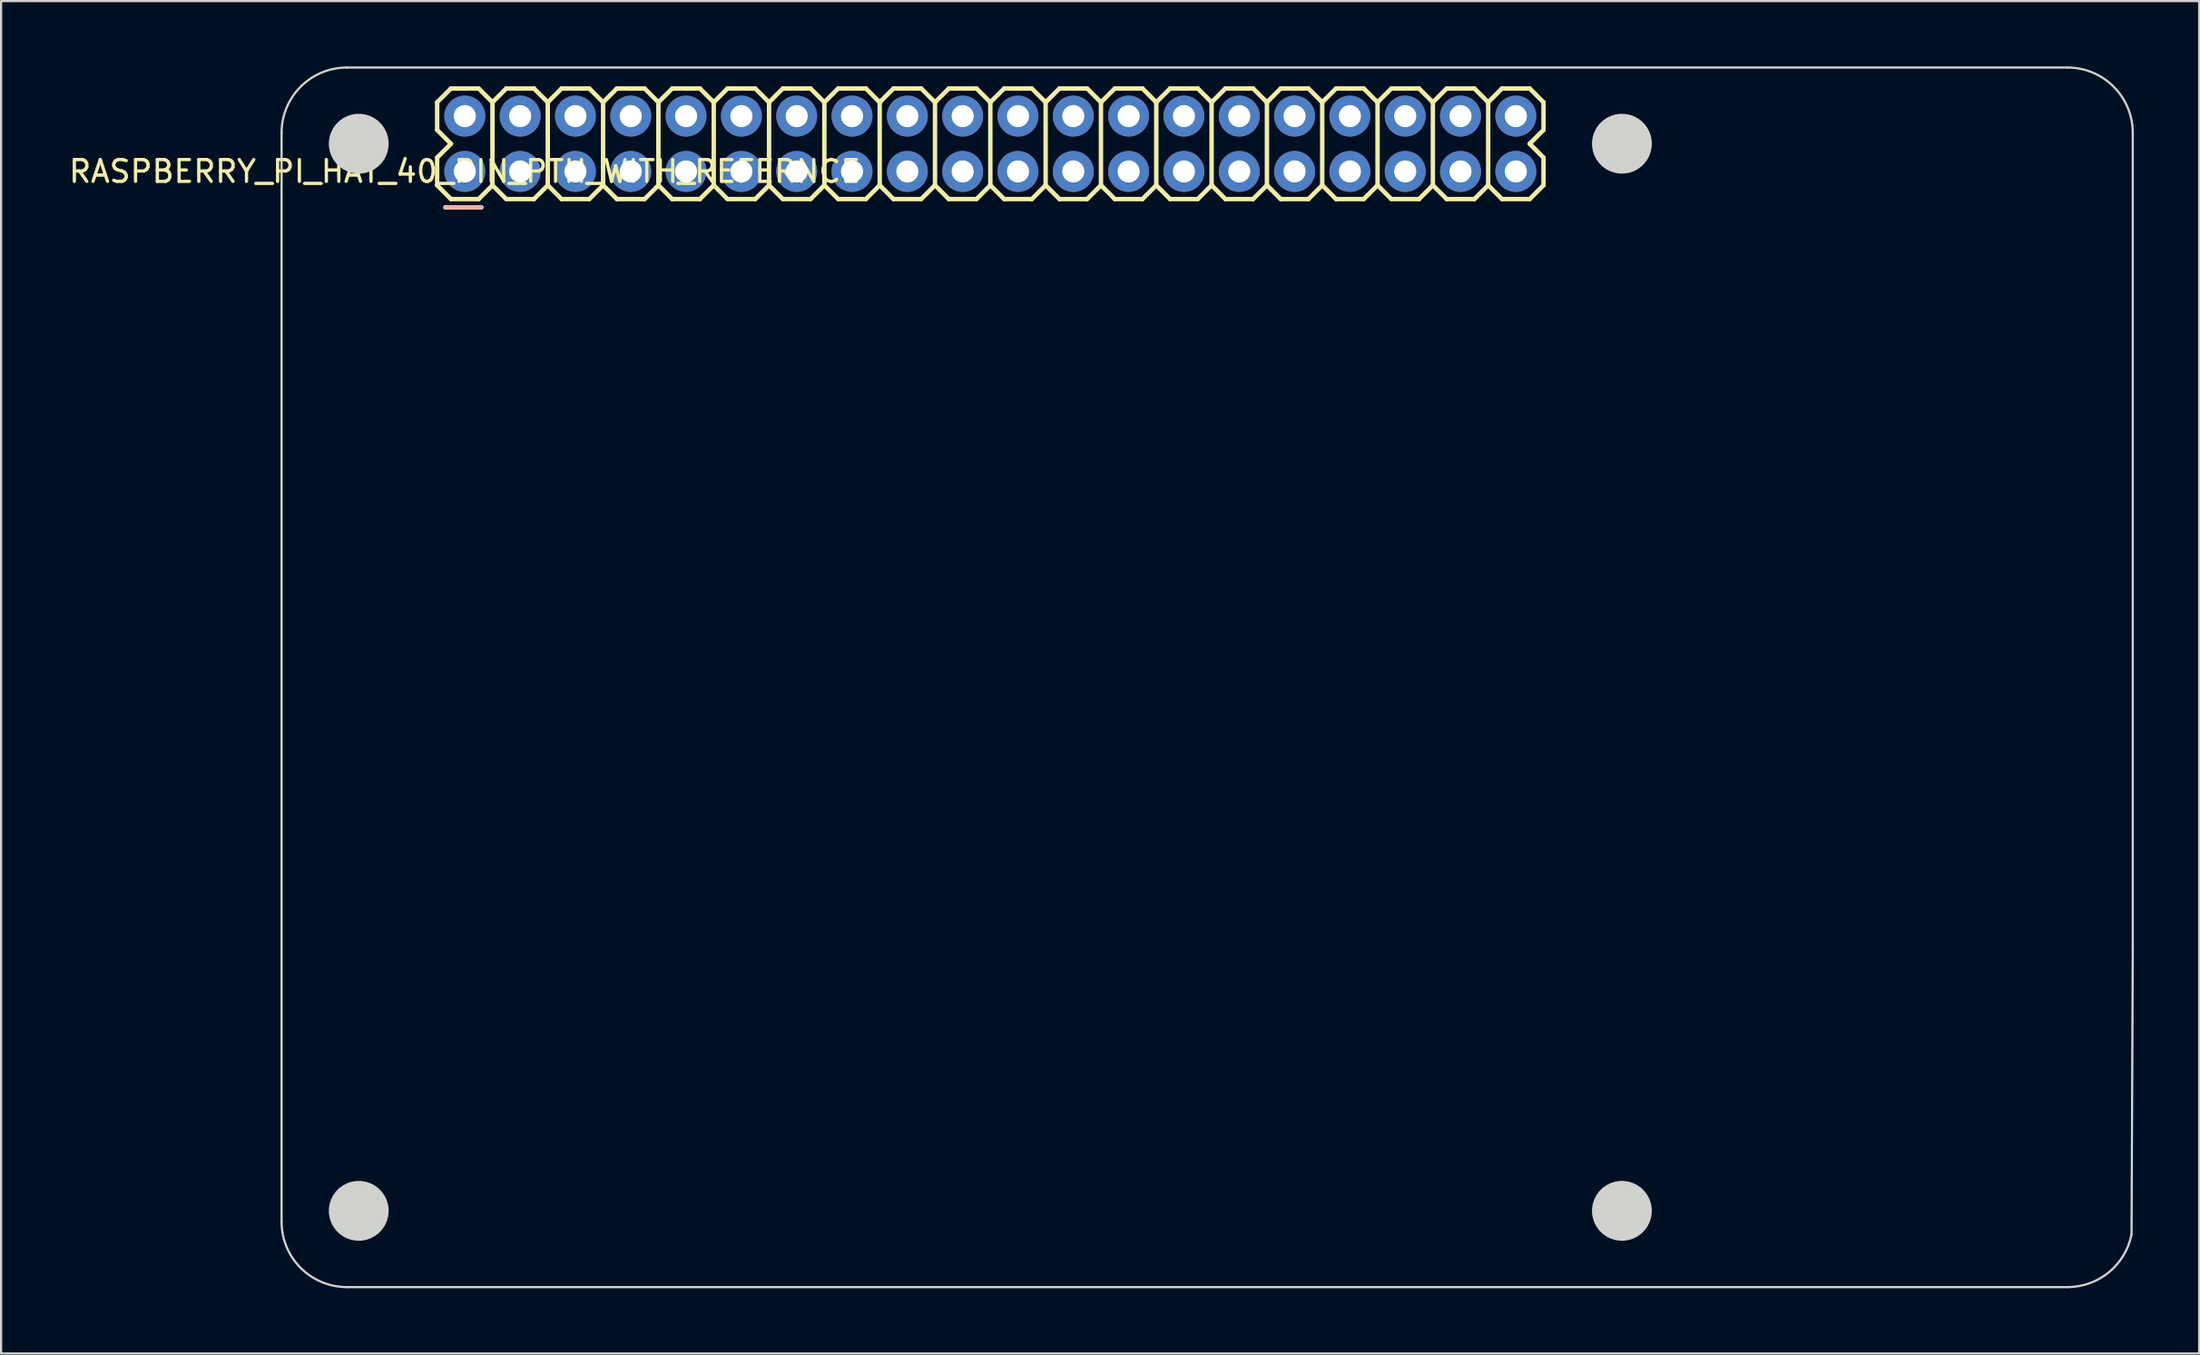
<source format=kicad_pcb>
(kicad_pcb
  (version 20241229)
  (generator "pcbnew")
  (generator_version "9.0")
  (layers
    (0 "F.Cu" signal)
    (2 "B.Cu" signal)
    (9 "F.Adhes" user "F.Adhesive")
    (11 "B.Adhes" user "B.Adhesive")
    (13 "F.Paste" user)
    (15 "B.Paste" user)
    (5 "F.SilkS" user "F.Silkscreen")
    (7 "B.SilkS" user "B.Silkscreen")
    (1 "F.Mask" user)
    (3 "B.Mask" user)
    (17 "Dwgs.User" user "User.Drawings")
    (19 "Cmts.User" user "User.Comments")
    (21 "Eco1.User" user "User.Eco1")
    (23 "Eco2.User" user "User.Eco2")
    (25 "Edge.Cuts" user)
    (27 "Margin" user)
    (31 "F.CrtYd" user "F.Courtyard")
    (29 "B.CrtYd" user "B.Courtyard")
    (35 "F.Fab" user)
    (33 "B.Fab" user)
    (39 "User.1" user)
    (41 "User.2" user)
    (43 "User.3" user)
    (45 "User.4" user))
  (footprint "RASPBERRY_PI_HAT_40_PIN_PTH_WITH_REFERNCE"
    (layer "F.Cu")
    (at 18.292 4.822)
    (property "Reference" "RASPBERRY_PI_HAT_40_PIN_PTH_WITH_REFERNCE" (at 0 0 0) (layer "F.SilkS") (effects (font (size 1 1) (thickness 0.15))))
    (fp_line (start -1.27 -3.175) (end -1.27 -1.905) (stroke (width 0.203) (type default)) (layer "F.SilkS"))
    (fp_line (start -1.27 -3.175) (end -0.635 -3.81) (stroke (width 0.203) (type default)) (layer "F.SilkS"))
    (fp_line (start -1.27 -1.905) (end -0.635 -1.27) (stroke (width 0.203) (type default)) (layer "F.SilkS"))
    (fp_line (start -1.27 -0.635) (end -1.27 0.635) (stroke (width 0.203) (type default)) (layer "F.SilkS"))
    (fp_line (start -1.27 0.635) (end -0.635 1.27) (stroke (width 0.203) (type default)) (layer "F.SilkS"))
    (fp_line (start -0.889 1.651) (end 0.762 1.651) (stroke (width 0.203) (type default)) (layer "F.SilkS"))
    (fp_line (start -0.635 -3.81) (end 0.635 -3.81) (stroke (width 0.203) (type default)) (layer "F.SilkS"))
    (fp_line (start -0.635 -1.27) (end -1.27 -0.635) (stroke (width 0.203) (type default)) (layer "F.SilkS"))
    (fp_line (start 0.635 -3.81) (end 1.27 -3.175) (stroke (width 0.203) (type default)) (layer "F.SilkS"))
    (fp_line (start 0.635 1.27) (end -0.635 1.27) (stroke (width 0.203) (type default)) (layer "F.SilkS"))
    (fp_line (start 1.27 -3.175) (end 1.27 0.635) (stroke (width 0.203) (type default)) (layer "F.SilkS"))
    (fp_line (start 1.27 -3.175) (end 1.905 -3.81) (stroke (width 0.203) (type default)) (layer "F.SilkS"))
    (fp_line (start 1.27 0.635) (end 0.635 1.27) (stroke (width 0.203) (type default)) (layer "F.SilkS"))
    (fp_line (start 1.905 -3.81) (end 3.175 -3.81) (stroke (width 0.203) (type default)) (layer "F.SilkS"))
    (fp_line (start 1.905 1.27) (end 1.27 0.635) (stroke (width 0.203) (type default)) (layer "F.SilkS"))
    (fp_line (start 3.175 -3.81) (end 3.81 -3.175) (stroke (width 0.203) (type default)) (layer "F.SilkS"))
    (fp_line (start 3.175 1.27) (end 1.905 1.27) (stroke (width 0.203) (type default)) (layer "F.SilkS"))
    (fp_line (start 3.81 -3.175) (end 3.81 0.635) (stroke (width 0.203) (type default)) (layer "F.SilkS"))
    (fp_line (start 3.81 -3.175) (end 4.445 -3.81) (stroke (width 0.203) (type default)) (layer "F.SilkS"))
    (fp_line (start 3.81 0.635) (end 3.175 1.27) (stroke (width 0.203) (type default)) (layer "F.SilkS"))
    (fp_line (start 4.445 -3.81) (end 5.715 -3.81) (stroke (width 0.203) (type default)) (layer "F.SilkS"))
    (fp_line (start 4.445 1.27) (end 3.81 0.635) (stroke (width 0.203) (type default)) (layer "F.SilkS"))
    (fp_line (start 5.715 -3.81) (end 6.35 -3.175) (stroke (width 0.203) (type default)) (layer "F.SilkS"))
    (fp_line (start 5.715 1.27) (end 4.445 1.27) (stroke (width 0.203) (type default)) (layer "F.SilkS"))
    (fp_line (start 6.35 -3.175) (end 6.35 0.635) (stroke (width 0.203) (type default)) (layer "F.SilkS"))
    (fp_line (start 6.35 0.635) (end 5.715 1.27) (stroke (width 0.203) (type default)) (layer "F.SilkS"))
    (fp_line (start 6.35 0.635) (end 6.985 1.27) (stroke (width 0.203) (type default)) (layer "F.SilkS"))
    (fp_line (start 6.985 -3.81) (end 6.35 -3.175) (stroke (width 0.203) (type default)) (layer "F.SilkS"))
    (fp_line (start 6.985 -3.81) (end 8.255 -3.81) (stroke (width 0.203) (type default)) (layer "F.SilkS"))
    (fp_line (start 8.255 -3.81) (end 8.89 -3.175) (stroke (width 0.203) (type default)) (layer "F.SilkS"))
    (fp_line (start 8.255 1.27) (end 6.985 1.27) (stroke (width 0.203) (type default)) (layer "F.SilkS"))
    (fp_line (start 8.89 -3.175) (end 8.89 0.635) (stroke (width 0.203) (type default)) (layer "F.SilkS"))
    (fp_line (start 8.89 -3.175) (end 9.525 -3.81) (stroke (width 0.203) (type default)) (layer "F.SilkS"))
    (fp_line (start 8.89 0.635) (end 8.255 1.27) (stroke (width 0.203) (type default)) (layer "F.SilkS"))
    (fp_line (start 9.525 -3.81) (end 10.795 -3.81) (stroke (width 0.203) (type default)) (layer "F.SilkS"))
    (fp_line (start 9.525 1.27) (end 8.89 0.635) (stroke (width 0.203) (type default)) (layer "F.SilkS"))
    (fp_line (start 10.795 -3.81) (end 11.43 -3.175) (stroke (width 0.203) (type default)) (layer "F.SilkS"))
    (fp_line (start 10.795 1.27) (end 9.525 1.27) (stroke (width 0.203) (type default)) (layer "F.SilkS"))
    (fp_line (start 11.43 -3.175) (end 11.43 0.635) (stroke (width 0.203) (type default)) (layer "F.SilkS"))
    (fp_line (start 11.43 -3.175) (end 12.065 -3.81) (stroke (width 0.203) (type default)) (layer "F.SilkS"))
    (fp_line (start 11.43 0.635) (end 10.795 1.27) (stroke (width 0.203) (type default)) (layer "F.SilkS"))
    (fp_line (start 12.065 -3.81) (end 13.335 -3.81) (stroke (width 0.203) (type default)) (layer "F.SilkS"))
    (fp_line (start 12.065 1.27) (end 11.43 0.635) (stroke (width 0.203) (type default)) (layer "F.SilkS"))
    (fp_line (start 13.335 -3.81) (end 13.97 -3.175) (stroke (width 0.203) (type default)) (layer "F.SilkS"))
    (fp_line (start 13.335 1.27) (end 12.065 1.27) (stroke (width 0.203) (type default)) (layer "F.SilkS"))
    (fp_line (start 13.97 -3.175) (end 13.97 0.635) (stroke (width 0.203) (type default)) (layer "F.SilkS"))
    (fp_line (start 13.97 0.635) (end 13.335 1.27) (stroke (width 0.203) (type default)) (layer "F.SilkS"))
    (fp_line (start 13.97 0.635) (end 14.605 1.27) (stroke (width 0.203) (type default)) (layer "F.SilkS"))
    (fp_line (start 14.605 -3.81) (end 13.97 -3.175) (stroke (width 0.203) (type default)) (layer "F.SilkS"))
    (fp_line (start 14.605 -3.81) (end 15.875 -3.81) (stroke (width 0.203) (type default)) (layer "F.SilkS"))
    (fp_line (start 15.875 -3.81) (end 16.51 -3.175) (stroke (width 0.203) (type default)) (layer "F.SilkS"))
    (fp_line (start 15.875 1.27) (end 14.605 1.27) (stroke (width 0.203) (type default)) (layer "F.SilkS"))
    (fp_line (start 16.51 -3.175) (end 16.51 0.635) (stroke (width 0.203) (type default)) (layer "F.SilkS"))
    (fp_line (start 16.51 0.635) (end 15.875 1.27) (stroke (width 0.203) (type default)) (layer "F.SilkS"))
    (fp_line (start 16.51 0.635) (end 17.145 1.27) (stroke (width 0.203) (type default)) (layer "F.SilkS"))
    (fp_line (start 17.145 -3.81) (end 16.51 -3.175) (stroke (width 0.203) (type default)) (layer "F.SilkS"))
    (fp_line (start 17.145 -3.81) (end 18.415 -3.81) (stroke (width 0.203) (type default)) (layer "F.SilkS"))
    (fp_line (start 18.415 -3.81) (end 19.05 -3.175) (stroke (width 0.203) (type default)) (layer "F.SilkS"))
    (fp_line (start 18.415 1.27) (end 17.145 1.27) (stroke (width 0.203) (type default)) (layer "F.SilkS"))
    (fp_line (start 19.05 -3.175) (end 19.05 0.635) (stroke (width 0.203) (type default)) (layer "F.SilkS"))
    (fp_line (start 19.05 -3.175) (end 19.685 -3.81) (stroke (width 0.203) (type default)) (layer "F.SilkS"))
    (fp_line (start 19.05 0.635) (end 18.415 1.27) (stroke (width 0.203) (type default)) (layer "F.SilkS"))
    (fp_line (start 19.685 -3.81) (end 20.955 -3.81) (stroke (width 0.203) (type default)) (layer "F.SilkS"))
    (fp_line (start 19.685 1.27) (end 19.05 0.635) (stroke (width 0.203) (type default)) (layer "F.SilkS"))
    (fp_line (start 20.955 -3.81) (end 21.59 -3.175) (stroke (width 0.203) (type default)) (layer "F.SilkS"))
    (fp_line (start 20.955 1.27) (end 19.685 1.27) (stroke (width 0.203) (type default)) (layer "F.SilkS"))
    (fp_line (start 21.59 -3.175) (end 21.59 0.635) (stroke (width 0.203) (type default)) (layer "F.SilkS"))
    (fp_line (start 21.59 -3.175) (end 22.225 -3.81) (stroke (width 0.203) (type default)) (layer "F.SilkS"))
    (fp_line (start 21.59 0.635) (end 20.955 1.27) (stroke (width 0.203) (type default)) (layer "F.SilkS"))
    (fp_line (start 22.225 -3.81) (end 23.495 -3.81) (stroke (width 0.203) (type default)) (layer "F.SilkS"))
    (fp_line (start 22.225 1.27) (end 21.59 0.635) (stroke (width 0.203) (type default)) (layer "F.SilkS"))
    (fp_line (start 23.495 -3.81) (end 24.13 -3.175) (stroke (width 0.203) (type default)) (layer "F.SilkS"))
    (fp_line (start 23.495 1.27) (end 22.225 1.27) (stroke (width 0.203) (type default)) (layer "F.SilkS"))
    (fp_line (start 24.13 -3.175) (end 24.13 0.635) (stroke (width 0.203) (type default)) (layer "F.SilkS"))
    (fp_line (start 24.13 0.635) (end 23.495 1.27) (stroke (width 0.203) (type default)) (layer "F.SilkS"))
    (fp_line (start 24.13 0.635) (end 24.765 1.27) (stroke (width 0.203) (type default)) (layer "F.SilkS"))
    (fp_line (start 24.765 -3.81) (end 24.13 -3.175) (stroke (width 0.203) (type default)) (layer "F.SilkS"))
    (fp_line (start 24.765 -3.81) (end 26.035 -3.81) (stroke (width 0.203) (type default)) (layer "F.SilkS"))
    (fp_line (start 26.035 -3.81) (end 26.67 -3.175) (stroke (width 0.203) (type default)) (layer "F.SilkS"))
    (fp_line (start 26.035 1.27) (end 24.765 1.27) (stroke (width 0.203) (type default)) (layer "F.SilkS"))
    (fp_line (start 26.67 -3.175) (end 26.67 0.635) (stroke (width 0.203) (type default)) (layer "F.SilkS"))
    (fp_line (start 26.67 -3.175) (end 27.305 -3.81) (stroke (width 0.203) (type default)) (layer "F.SilkS"))
    (fp_line (start 26.67 0.635) (end 26.035 1.27) (stroke (width 0.203) (type default)) (layer "F.SilkS"))
    (fp_line (start 27.305 -3.81) (end 28.575 -3.81) (stroke (width 0.203) (type default)) (layer "F.SilkS"))
    (fp_line (start 27.305 1.27) (end 26.67 0.635) (stroke (width 0.203) (type default)) (layer "F.SilkS"))
    (fp_line (start 28.575 -3.81) (end 29.21 -3.175) (stroke (width 0.203) (type default)) (layer "F.SilkS"))
    (fp_line (start 28.575 1.27) (end 27.305 1.27) (stroke (width 0.203) (type default)) (layer "F.SilkS"))
    (fp_line (start 29.21 -3.175) (end 29.21 0.635) (stroke (width 0.203) (type default)) (layer "F.SilkS"))
    (fp_line (start 29.21 -3.175) (end 29.845 -3.81) (stroke (width 0.203) (type default)) (layer "F.SilkS"))
    (fp_line (start 29.21 0.635) (end 28.575 1.27) (stroke (width 0.203) (type default)) (layer "F.SilkS"))
    (fp_line (start 29.845 -3.81) (end 31.115 -3.81) (stroke (width 0.203) (type default)) (layer "F.SilkS"))
    (fp_line (start 29.845 1.27) (end 29.21 0.635) (stroke (width 0.203) (type default)) (layer "F.SilkS"))
    (fp_line (start 31.115 -3.81) (end 31.75 -3.175) (stroke (width 0.203) (type default)) (layer "F.SilkS"))
    (fp_line (start 31.115 1.27) (end 29.845 1.27) (stroke (width 0.203) (type default)) (layer "F.SilkS"))
    (fp_line (start 31.75 -3.175) (end 31.75 0.635) (stroke (width 0.203) (type default)) (layer "F.SilkS"))
    (fp_line (start 31.75 0.635) (end 31.115 1.27) (stroke (width 0.203) (type default)) (layer "F.SilkS"))
    (fp_line (start 32.385 -3.81) (end 31.75 -3.175) (stroke (width 0.203) (type default)) (layer "F.SilkS"))
    (fp_line (start 32.385 -3.81) (end 33.655 -3.81) (stroke (width 0.203) (type default)) (layer "F.SilkS"))
    (fp_line (start 32.385 1.27) (end 31.75 0.635) (stroke (width 0.203) (type default)) (layer "F.SilkS"))
    (fp_line (start 33.655 -3.81) (end 34.29 -3.175) (stroke (width 0.203) (type default)) (layer "F.SilkS"))
    (fp_line (start 33.655 1.27) (end 32.385 1.27) (stroke (width 0.203) (type default)) (layer "F.SilkS"))
    (fp_line (start 34.29 -3.175) (end 34.29 0.635) (stroke (width 0.203) (type default)) (layer "F.SilkS"))
    (fp_line (start 34.29 0.635) (end 33.655 1.27) (stroke (width 0.203) (type default)) (layer "F.SilkS"))
    (fp_line (start 34.925 -3.81) (end 34.29 -3.175) (stroke (width 0.203) (type default)) (layer "F.SilkS"))
    (fp_line (start 34.925 -3.81) (end 36.195 -3.81) (stroke (width 0.203) (type default)) (layer "F.SilkS"))
    (fp_line (start 34.925 1.27) (end 34.29 0.635) (stroke (width 0.203) (type default)) (layer "F.SilkS"))
    (fp_line (start 36.195 -3.81) (end 36.83 -3.175) (stroke (width 0.203) (type default)) (layer "F.SilkS"))
    (fp_line (start 36.195 1.27) (end 34.925 1.27) (stroke (width 0.203) (type default)) (layer "F.SilkS"))
    (fp_line (start 36.83 -3.175) (end 36.83 0.635) (stroke (width 0.203) (type default)) (layer "F.SilkS"))
    (fp_line (start 36.83 -3.175) (end 37.465 -3.81) (stroke (width 0.203) (type default)) (layer "F.SilkS"))
    (fp_line (start 36.83 0.635) (end 36.195 1.27) (stroke (width 0.203) (type default)) (layer "F.SilkS"))
    (fp_line (start 37.465 -3.81) (end 38.735 -3.81) (stroke (width 0.203) (type default)) (layer "F.SilkS"))
    (fp_line (start 37.465 1.27) (end 36.83 0.635) (stroke (width 0.203) (type default)) (layer "F.SilkS"))
    (fp_line (start 38.735 -3.81) (end 39.37 -3.175) (stroke (width 0.203) (type default)) (layer "F.SilkS"))
    (fp_line (start 38.735 1.27) (end 37.465 1.27) (stroke (width 0.203) (type default)) (layer "F.SilkS"))
    (fp_line (start 38.735 1.27) (end 39.37 0.635) (stroke (width 0.203) (type default)) (layer "F.SilkS"))
    (fp_line (start 39.37 -3.175) (end 39.37 0.635) (stroke (width 0.203) (type default)) (layer "F.SilkS"))
    (fp_line (start 39.37 -3.175) (end 40.005 -3.81) (stroke (width 0.203) (type default)) (layer "F.SilkS"))
    (fp_line (start 40.005 -3.81) (end 41.275 -3.81) (stroke (width 0.203) (type default)) (layer "F.SilkS"))
    (fp_line (start 40.005 1.27) (end 39.37 0.635) (stroke (width 0.203) (type default)) (layer "F.SilkS"))
    (fp_line (start 41.275 -3.81) (end 41.91 -3.175) (stroke (width 0.203) (type default)) (layer "F.SilkS"))
    (fp_line (start 41.275 1.27) (end 40.005 1.27) (stroke (width 0.203) (type default)) (layer "F.SilkS"))
    (fp_line (start 41.91 -3.175) (end 41.91 0.635) (stroke (width 0.203) (type default)) (layer "F.SilkS"))
    (fp_line (start 41.91 0.635) (end 41.275 1.27) (stroke (width 0.203) (type default)) (layer "F.SilkS"))
    (fp_line (start 42.545 -3.81) (end 41.91 -3.175) (stroke (width 0.203) (type default)) (layer "F.SilkS"))
    (fp_line (start 42.545 -3.81) (end 43.815 -3.81) (stroke (width 0.203) (type default)) (layer "F.SilkS"))
    (fp_line (start 42.545 1.27) (end 41.91 0.635) (stroke (width 0.203) (type default)) (layer "F.SilkS"))
    (fp_line (start 43.815 -3.81) (end 44.45 -3.175) (stroke (width 0.203) (type default)) (layer "F.SilkS"))
    (fp_line (start 43.815 1.27) (end 42.545 1.27) (stroke (width 0.203) (type default)) (layer "F.SilkS"))
    (fp_line (start 44.45 -3.175) (end 44.45 0.635) (stroke (width 0.203) (type default)) (layer "F.SilkS"))
    (fp_line (start 44.45 -3.175) (end 45.085 -3.81) (stroke (width 0.203) (type default)) (layer "F.SilkS"))
    (fp_line (start 44.45 0.635) (end 43.815 1.27) (stroke (width 0.203) (type default)) (layer "F.SilkS"))
    (fp_line (start 45.085 -3.81) (end 46.355 -3.81) (stroke (width 0.203) (type default)) (layer "F.SilkS"))
    (fp_line (start 45.085 1.27) (end 44.45 0.635) (stroke (width 0.203) (type default)) (layer "F.SilkS"))
    (fp_line (start 46.355 -3.81) (end 46.99 -3.175) (stroke (width 0.203) (type default)) (layer "F.SilkS"))
    (fp_line (start 46.355 1.27) (end 45.085 1.27) (stroke (width 0.203) (type default)) (layer "F.SilkS"))
    (fp_line (start 46.355 1.27) (end 46.99 0.635) (stroke (width 0.203) (type default)) (layer "F.SilkS"))
    (fp_line (start 46.99 -3.175) (end 46.99 0.635) (stroke (width 0.203) (type default)) (layer "F.SilkS"))
    (fp_line (start 46.99 -3.175) (end 47.625 -3.81) (stroke (width 0.203) (type default)) (layer "F.SilkS"))
    (fp_line (start 47.625 -3.81) (end 48.895 -3.81) (stroke (width 0.203) (type default)) (layer "F.SilkS"))
    (fp_line (start 47.625 1.27) (end 46.99 0.635) (stroke (width 0.203) (type default)) (layer "F.SilkS"))
    (fp_line (start 48.895 -3.81) (end 49.53 -3.175) (stroke (width 0.203) (type default)) (layer "F.SilkS"))
    (fp_line (start 48.895 -1.27) (end 49.53 -0.635) (stroke (width 0.203) (type default)) (layer "F.SilkS"))
    (fp_line (start 48.895 1.27) (end 47.625 1.27) (stroke (width 0.203) (type default)) (layer "F.SilkS"))
    (fp_line (start 48.895 1.27) (end 49.53 0.635) (stroke (width 0.203) (type default)) (layer "F.SilkS"))
    (fp_line (start 49.53 -1.905) (end 48.895 -1.27) (stroke (width 0.203) (type default)) (layer "F.SilkS"))
    (fp_line (start 49.53 -1.905) (end 49.53 -3.175) (stroke (width 0.203) (type default)) (layer "F.SilkS"))
    (fp_line (start 49.53 0.635) (end 49.53 -0.635) (stroke (width 0.203) (type default)) (layer "F.SilkS"))
    (fp_line (start -0.889 1.651) (end 0.762 1.651) (stroke (width 0.203) (type default)) (layer "B.SilkS"))
    (fp_poly (pts (xy -0.254 -2.794) (xy 0.254 -2.794) (xy 0.254 -2.286) (xy -0.254 -2.286)) (stroke (width 0.1) (type default)) (fill no) (layer "Dwgs.User"))
    (fp_poly (pts (xy -0.254 -0.254) (xy 0.254 -0.254) (xy 0.254 0.254) (xy -0.254 0.254)) (stroke (width 0.1) (type default)) (fill no) (layer "Dwgs.User"))
    (fp_poly (pts (xy 2.286 -2.794) (xy 2.794 -2.794) (xy 2.794 -2.286) (xy 2.286 -2.286)) (stroke (width 0.1) (type default)) (fill no) (layer "Dwgs.User"))
    (fp_poly (pts (xy 2.286 -0.254) (xy 2.794 -0.254) (xy 2.794 0.254) (xy 2.286 0.254)) (stroke (width 0.1) (type default)) (fill no) (layer "Dwgs.User"))
    (fp_poly (pts (xy 4.826 -2.794) (xy 5.334 -2.794) (xy 5.334 -2.286) (xy 4.826 -2.286)) (stroke (width 0.1) (type default)) (fill no) (layer "Dwgs.User"))
    (fp_poly (pts (xy 4.826 -0.254) (xy 5.334 -0.254) (xy 5.334 0.254) (xy 4.826 0.254)) (stroke (width 0.1) (type default)) (fill no) (layer "Dwgs.User"))
    (fp_poly (pts (xy 7.366 -2.794) (xy 7.874 -2.794) (xy 7.874 -2.286) (xy 7.366 -2.286)) (stroke (width 0.1) (type default)) (fill no) (layer "Dwgs.User"))
    (fp_poly (pts (xy 7.366 -0.254) (xy 7.874 -0.254) (xy 7.874 0.254) (xy 7.366 0.254)) (stroke (width 0.1) (type default)) (fill no) (layer "Dwgs.User"))
    (fp_poly (pts (xy 9.906 -2.794) (xy 10.414 -2.794) (xy 10.414 -2.286) (xy 9.906 -2.286)) (stroke (width 0.1) (type default)) (fill no) (layer "Dwgs.User"))
    (fp_poly (pts (xy 9.906 -0.254) (xy 10.414 -0.254) (xy 10.414 0.254) (xy 9.906 0.254)) (stroke (width 0.1) (type default)) (fill no) (layer "Dwgs.User"))
    (fp_poly (pts (xy 12.446 -2.794) (xy 12.954 -2.794) (xy 12.954 -2.286) (xy 12.446 -2.286)) (stroke (width 0.1) (type default)) (fill no) (layer "Dwgs.User"))
    (fp_poly (pts (xy 12.446 -0.254) (xy 12.954 -0.254) (xy 12.954 0.254) (xy 12.446 0.254)) (stroke (width 0.1) (type default)) (fill no) (layer "Dwgs.User"))
    (fp_poly (pts (xy 14.986 -2.794) (xy 15.494 -2.794) (xy 15.494 -2.286) (xy 14.986 -2.286)) (stroke (width 0.1) (type default)) (fill no) (layer "Dwgs.User"))
    (fp_poly (pts (xy 14.986 -0.254) (xy 15.494 -0.254) (xy 15.494 0.254) (xy 14.986 0.254)) (stroke (width 0.1) (type default)) (fill no) (layer "Dwgs.User"))
    (fp_poly (pts (xy 17.526 -2.794) (xy 18.034 -2.794) (xy 18.034 -2.286) (xy 17.526 -2.286)) (stroke (width 0.1) (type default)) (fill no) (layer "Dwgs.User"))
    (fp_poly (pts (xy 17.526 -0.254) (xy 18.034 -0.254) (xy 18.034 0.254) (xy 17.526 0.254)) (stroke (width 0.1) (type default)) (fill no) (layer "Dwgs.User"))
    (fp_poly (pts (xy 20.066 -2.794) (xy 20.574 -2.794) (xy 20.574 -2.286) (xy 20.066 -2.286)) (stroke (width 0.1) (type default)) (fill no) (layer "Dwgs.User"))
    (fp_poly (pts (xy 20.066 -0.254) (xy 20.574 -0.254) (xy 20.574 0.254) (xy 20.066 0.254)) (stroke (width 0.1) (type default)) (fill no) (layer "Dwgs.User"))
    (fp_poly (pts (xy 22.606 -2.794) (xy 23.114 -2.794) (xy 23.114 -2.286) (xy 22.606 -2.286)) (stroke (width 0.1) (type default)) (fill no) (layer "Dwgs.User"))
    (fp_poly (pts (xy 22.606 -0.254) (xy 23.114 -0.254) (xy 23.114 0.254) (xy 22.606 0.254)) (stroke (width 0.1) (type default)) (fill no) (layer "Dwgs.User"))
    (fp_poly (pts (xy 25.146 -2.794) (xy 25.654 -2.794) (xy 25.654 -2.286) (xy 25.146 -2.286)) (stroke (width 0.1) (type default)) (fill no) (layer "Dwgs.User"))
    (fp_poly (pts (xy 25.146 -0.254) (xy 25.654 -0.254) (xy 25.654 0.254) (xy 25.146 0.254)) (stroke (width 0.1) (type default)) (fill no) (layer "Dwgs.User"))
    (fp_poly (pts (xy 27.686 -2.794) (xy 28.194 -2.794) (xy 28.194 -2.286) (xy 27.686 -2.286)) (stroke (width 0.1) (type default)) (fill no) (layer "Dwgs.User"))
    (fp_poly (pts (xy 27.686 -0.254) (xy 28.194 -0.254) (xy 28.194 0.254) (xy 27.686 0.254)) (stroke (width 0.1) (type default)) (fill no) (layer "Dwgs.User"))
    (fp_poly (pts (xy 30.226 -2.794) (xy 30.734 -2.794) (xy 30.734 -2.286) (xy 30.226 -2.286)) (stroke (width 0.1) (type default)) (fill no) (layer "Dwgs.User"))
    (fp_poly (pts (xy 30.226 -0.254) (xy 30.734 -0.254) (xy 30.734 0.254) (xy 30.226 0.254)) (stroke (width 0.1) (type default)) (fill no) (layer "Dwgs.User"))
    (fp_poly (pts (xy 32.766 -2.794) (xy 33.274 -2.794) (xy 33.274 -2.286) (xy 32.766 -2.286)) (stroke (width 0.1) (type default)) (fill no) (layer "Dwgs.User"))
    (fp_poly (pts (xy 32.766 -0.254) (xy 33.274 -0.254) (xy 33.274 0.254) (xy 32.766 0.254)) (stroke (width 0.1) (type default)) (fill no) (layer "Dwgs.User"))
    (fp_poly (pts (xy 35.306 -2.794) (xy 35.814 -2.794) (xy 35.814 -2.286) (xy 35.306 -2.286)) (stroke (width 0.1) (type default)) (fill no) (layer "Dwgs.User"))
    (fp_poly (pts (xy 35.306 -0.254) (xy 35.814 -0.254) (xy 35.814 0.254) (xy 35.306 0.254)) (stroke (width 0.1) (type default)) (fill no) (layer "Dwgs.User"))
    (fp_poly (pts (xy 37.846 -2.794) (xy 38.354 -2.794) (xy 38.354 -2.286) (xy 37.846 -2.286)) (stroke (width 0.1) (type default)) (fill no) (layer "Dwgs.User"))
    (fp_poly (pts (xy 37.846 -0.254) (xy 38.354 -0.254) (xy 38.354 0.254) (xy 37.846 0.254)) (stroke (width 0.1) (type default)) (fill no) (layer "Dwgs.User"))
    (fp_poly (pts (xy 40.386 -2.794) (xy 40.894 -2.794) (xy 40.894 -2.286) (xy 40.386 -2.286)) (stroke (width 0.1) (type default)) (fill no) (layer "Dwgs.User"))
    (fp_poly (pts (xy 40.386 -0.254) (xy 40.894 -0.254) (xy 40.894 0.254) (xy 40.386 0.254)) (stroke (width 0.1) (type default)) (fill no) (layer "Dwgs.User"))
    (fp_poly (pts (xy 42.926 -2.794) (xy 43.434 -2.794) (xy 43.434 -2.286) (xy 42.926 -2.286)) (stroke (width 0.1) (type default)) (fill no) (layer "Dwgs.User"))
    (fp_poly (pts (xy 42.926 -0.254) (xy 43.434 -0.254) (xy 43.434 0.254) (xy 42.926 0.254)) (stroke (width 0.1) (type default)) (fill no) (layer "Dwgs.User"))
    (fp_poly (pts (xy 45.466 -2.794) (xy 45.974 -2.794) (xy 45.974 -2.286) (xy 45.466 -2.286)) (stroke (width 0.1) (type default)) (fill no) (layer "Dwgs.User"))
    (fp_poly (pts (xy 45.466 -0.254) (xy 45.974 -0.254) (xy 45.974 0.254) (xy 45.466 0.254)) (stroke (width 0.1) (type default)) (fill no) (layer "Dwgs.User"))
    (fp_poly (pts (xy 48.006 -2.794) (xy 48.514 -2.794) (xy 48.514 -2.286) (xy 48.006 -2.286)) (stroke (width 0.1) (type default)) (fill no) (layer "Dwgs.User"))
    (fp_poly (pts (xy 48.006 -0.254) (xy 48.514 -0.254) (xy 48.514 0.254) (xy 48.006 0.254)) (stroke (width 0.1) (type default)) (fill no) (layer "Dwgs.User"))
    (fp_line (start -8.413 -1.771) (end -8.413 48.228) (stroke (width 0.1) (type default)) (layer "Edge.Cuts"))
    (fp_line (start -5.413 51.228) (end 73.601 51.228) (stroke (width 0.1) (type default)) (layer "Edge.Cuts"))
    (fp_line (start 73.587 -4.771) (end -5.413 -4.771) (stroke (width 0.1) (type default)) (layer "Edge.Cuts"))
    (fp_line (start 76.587 35.654) (end 76.531 48.802) (stroke (width 0.1) (type default)) (layer "Edge.Cuts"))
    (fp_line (start 76.587 35.654) (end 76.587 -1.772) (stroke (width 0.1) (type default)) (layer "Edge.Cuts"))
    (fp_arc (start -8.413 -1.771499) (mid -7.53432 -3.89282) (end -5.412999 -4.7715) (stroke (width 0.1) (type default)) (layer "Edge.Cuts"))
    (fp_arc (start -5.413001 51.228) (mid -7.534144 50.349497) (end -8.413 48.228) (stroke (width 0.1) (type default)) (layer "Edge.Cuts"))
    (fp_arc (start 73.5865 -4.7715) (mid 75.70782 -3.89282) (end 76.5865 -1.7715) (stroke (width 0.1) (type default)) (layer "Edge.Cuts"))
    (fp_arc (start 76.5315 48.801991) (mid 75.494413 50.543679) (end 73.60137 51.228) (stroke (width 0.1) (type default)) (layer "Edge.Cuts"))
    (fp_poly (pts (xy -3.499 -1.381) (xy -3.533 -1.594) (xy -3.6 -1.8) (xy -3.698 -1.992) (xy -3.824 -2.166) (xy -3.977 -2.319) (xy -4.152 -2.446) (xy -4.344 -2.544) (xy -4.549 -2.611) (xy -4.762 -2.644) (xy -4.978 -2.644) (xy -5.191 -2.611) (xy -5.396 -2.544) (xy -5.588 -2.446) (xy -5.763 -2.319) (xy -5.916 -2.166) (xy -6.042 -1.992) (xy -6.14 -1.8) (xy -6.207 -1.594) (xy -6.241 -1.381) (xy -6.241 -1.166) (xy -6.207 -0.953) (xy -6.14 -0.747) (xy -6.042 -0.555) (xy -5.916 -0.381) (xy -5.763 -0.228) (xy -5.588 -0.101) (xy -5.396 -0.003) (xy -5.191 0.064) (xy -4.978 0.097) (xy -4.762 0.097) (xy -4.549 0.064) (xy -4.344 -0.003) (xy -4.152 -0.101) (xy -3.977 -0.228) (xy -3.824 -0.381) (xy -3.698 -0.555) (xy -3.6 -0.747) (xy -3.533 -0.953) (xy -3.499 -1.166)) (stroke (width 0) (type default)) (fill yes) (layer "Edge.Cuts"))
    (fp_poly (pts (xy -3.499 47.619) (xy -3.533 47.406) (xy -3.6 47.2) (xy -3.698 47.008) (xy -3.824 46.834) (xy -3.977 46.681) (xy -4.152 46.554) (xy -4.344 46.456) (xy -4.549 46.389) (xy -4.762 46.356) (xy -4.978 46.356) (xy -5.191 46.389) (xy -5.396 46.456) (xy -5.588 46.554) (xy -5.763 46.681) (xy -5.916 46.834) (xy -6.042 47.008) (xy -6.14 47.2) (xy -6.207 47.406) (xy -6.241 47.619) (xy -6.241 47.834) (xy -6.207 48.047) (xy -6.14 48.253) (xy -6.042 48.445) (xy -5.916 48.619) (xy -5.763 48.772) (xy -5.588 48.899) (xy -5.396 48.997) (xy -5.191 49.064) (xy -4.978 49.097) (xy -4.762 49.097) (xy -4.549 49.064) (xy -4.344 48.997) (xy -4.152 48.899) (xy -3.977 48.772) (xy -3.824 48.619) (xy -3.698 48.445) (xy -3.6 48.253) (xy -3.533 48.047) (xy -3.499 47.834)) (stroke (width 0) (type default)) (fill yes) (layer "Edge.Cuts"))
    (fp_poly (pts (xy 54.501 -1.381) (xy 54.467 -1.594) (xy 54.4 -1.8) (xy 54.302 -1.992) (xy 54.176 -2.166) (xy 54.023 -2.319) (xy 53.848 -2.446) (xy 53.656 -2.544) (xy 53.451 -2.611) (xy 53.238 -2.644) (xy 53.022 -2.644) (xy 52.809 -2.611) (xy 52.604 -2.544) (xy 52.412 -2.446) (xy 52.237 -2.319) (xy 52.084 -2.166) (xy 51.958 -1.992) (xy 51.86 -1.8) (xy 51.793 -1.594) (xy 51.759 -1.381) (xy 51.759 -1.166) (xy 51.793 -0.953) (xy 51.86 -0.747) (xy 51.958 -0.555) (xy 52.084 -0.381) (xy 52.237 -0.228) (xy 52.412 -0.101) (xy 52.604 -0.003) (xy 52.809 0.064) (xy 53.022 0.097) (xy 53.238 0.097) (xy 53.451 0.064) (xy 53.656 -0.003) (xy 53.848 -0.101) (xy 54.023 -0.228) (xy 54.176 -0.381) (xy 54.302 -0.555) (xy 54.4 -0.747) (xy 54.467 -0.953) (xy 54.501 -1.166)) (stroke (width 0) (type default)) (fill yes) (layer "Edge.Cuts"))
    (fp_poly (pts (xy 54.501 47.619) (xy 54.467 47.406) (xy 54.4 47.2) (xy 54.302 47.008) (xy 54.176 46.834) (xy 54.023 46.681) (xy 53.848 46.554) (xy 53.656 46.456) (xy 53.451 46.389) (xy 53.238 46.356) (xy 53.022 46.356) (xy 52.809 46.389) (xy 52.604 46.456) (xy 52.412 46.554) (xy 52.237 46.681) (xy 52.084 46.834) (xy 51.958 47.008) (xy 51.86 47.2) (xy 51.793 47.406) (xy 51.759 47.619) (xy 51.759 47.834) (xy 51.793 48.047) (xy 51.86 48.253) (xy 51.958 48.445) (xy 52.084 48.619) (xy 52.237 48.772) (xy 52.412 48.899) (xy 52.604 48.997) (xy 52.809 49.064) (xy 53.022 49.097) (xy 53.238 49.097) (xy 53.451 49.064) (xy 53.656 48.997) (xy 53.848 48.899) (xy 54.023 48.772) (xy 54.176 48.619) (xy 54.302 48.445) (xy 54.4 48.253) (xy 54.467 48.047) (xy 54.501 47.834)) (stroke (width 0) (type default)) (fill yes) (layer "Edge.Cuts"))
    (fp_circle (center -4.894 -1.274) (end -3.28 -1.274) (stroke (width 0.203) (type default)) (fill no) (layer "User.1"))
    (fp_circle (center -4.894 47.727) (end -3.28 47.727) (stroke (width 0.203) (type default)) (fill no) (layer "User.1"))
    (fp_circle (center -4.87 -1.274) (end -3.256 -1.274) (stroke (width 0.203) (type default)) (fill no) (layer "User.1"))
    (fp_circle (center -4.87 -1.274) (end -2.076 -1.274) (stroke (width 0.127) (type default)) (fill no) (layer "User.1"))
    (fp_circle (center -4.87 47.727) (end -3.256 47.727) (stroke (width 0.203) (type default)) (fill no) (layer "User.1"))
    (fp_circle (center -4.87 47.727) (end -2.076 47.727) (stroke (width 0.127) (type default)) (fill no) (layer "User.1"))
    (fp_circle (center 53.106 -1.274) (end 54.719 -1.274) (stroke (width 0.203) (type default)) (fill no) (layer "User.1"))
    (fp_circle (center 53.106 47.727) (end 54.719 47.727) (stroke (width 0.203) (type default)) (fill no) (layer "User.1"))
    (fp_circle (center 53.13 -1.274) (end 54.743 -1.274) (stroke (width 0.203) (type default)) (fill no) (layer "User.1"))
    (fp_circle (center 53.13 -1.274) (end 55.924 -1.274) (stroke (width 0.127) (type default)) (fill no) (layer "User.1"))
    (fp_circle (center 53.13 47.727) (end 54.743 47.727) (stroke (width 0.203) (type default)) (fill no) (layer "User.1"))
    (fp_circle (center 53.13 47.727) (end 55.924 47.727) (stroke (width 0.127) (type default)) (fill no) (layer "User.1"))
    (pad "1" thru_hole circle (at 0 0 90) (size 1.879 1.879) (drill 1.016) (layers "*.Cu" "*.Mask"))
    (pad "2" thru_hole circle (at 0 -2.54 270) (size 1.879 1.879) (drill 1.016) (layers "*.Cu" "*.Mask"))
    (pad "3" thru_hole circle (at 2.54 0 90) (size 1.879 1.879) (drill 1.016) (layers "*.Cu" "*.Mask"))
    (pad "4" thru_hole circle (at 2.54 -2.54 270) (size 1.879 1.879) (drill 1.016) (layers "*.Cu" "*.Mask"))
    (pad "5" thru_hole circle (at 5.08 0 90) (size 1.879 1.879) (drill 1.016) (layers "*.Cu" "*.Mask"))
    (pad "6" thru_hole circle (at 5.08 -2.54 270) (size 1.879 1.879) (drill 1.016) (layers "*.Cu" "*.Mask"))
    (pad "7" thru_hole circle (at 7.62 0 90) (size 1.879 1.879) (drill 1.016) (layers "*.Cu" "*.Mask"))
    (pad "8" thru_hole circle (at 7.62 -2.54 270) (size 1.879 1.879) (drill 1.016) (layers "*.Cu" "*.Mask"))
    (pad "9" thru_hole circle (at 10.16 0 90) (size 1.879 1.879) (drill 1.016) (layers "*.Cu" "*.Mask"))
    (pad "10" thru_hole circle (at 10.16 -2.54 270) (size 1.879 1.879) (drill 1.016) (layers "*.Cu" "*.Mask"))
    (pad "11" thru_hole circle (at 12.7 0 90) (size 1.879 1.879) (drill 1.016) (layers "*.Cu" "*.Mask"))
    (pad "12" thru_hole circle (at 12.7 -2.54 270) (size 1.879 1.879) (drill 1.016) (layers "*.Cu" "*.Mask"))
    (pad "13" thru_hole circle (at 15.24 0 90) (size 1.879 1.879) (drill 1.016) (layers "*.Cu" "*.Mask"))
    (pad "14" thru_hole circle (at 15.24 -2.54 270) (size 1.879 1.879) (drill 1.016) (layers "*.Cu" "*.Mask"))
    (pad "15" thru_hole circle (at 17.78 0 90) (size 1.879 1.879) (drill 1.016) (layers "*.Cu" "*.Mask"))
    (pad "16" thru_hole circle (at 17.78 -2.54 270) (size 1.879 1.879) (drill 1.016) (layers "*.Cu" "*.Mask"))
    (pad "17" thru_hole circle (at 20.32 0 90) (size 1.879 1.879) (drill 1.016) (layers "*.Cu" "*.Mask"))
    (pad "18" thru_hole circle (at 20.32 -2.54 270) (size 1.879 1.879) (drill 1.016) (layers "*.Cu" "*.Mask"))
    (pad "19" thru_hole circle (at 22.86 0 90) (size 1.879 1.879) (drill 1.016) (layers "*.Cu" "*.Mask"))
    (pad "20" thru_hole circle (at 22.86 -2.54 270) (size 1.879 1.879) (drill 1.016) (layers "*.Cu" "*.Mask"))
    (pad "21" thru_hole circle (at 25.4 0 90) (size 1.879 1.879) (drill 1.016) (layers "*.Cu" "*.Mask"))
    (pad "22" thru_hole circle (at 25.4 -2.54 270) (size 1.879 1.879) (drill 1.016) (layers "*.Cu" "*.Mask"))
    (pad "23" thru_hole circle (at 27.94 0 90) (size 1.879 1.879) (drill 1.016) (layers "*.Cu" "*.Mask"))
    (pad "24" thru_hole circle (at 27.94 -2.54 270) (size 1.879 1.879) (drill 1.016) (layers "*.Cu" "*.Mask"))
    (pad "25" thru_hole circle (at 30.48 0 90) (size 1.879 1.879) (drill 1.016) (layers "*.Cu" "*.Mask"))
    (pad "26" thru_hole circle (at 30.48 -2.54 270) (size 1.879 1.879) (drill 1.016) (layers "*.Cu" "*.Mask"))
    (pad "27" thru_hole circle (at 33.02 0 270) (size 1.879 1.879) (drill 1.016) (layers "*.Cu" "*.Mask"))
    (pad "28" thru_hole circle (at 33.02 -2.54 270) (size 1.879 1.879) (drill 1.016) (layers "*.Cu" "*.Mask"))
    (pad "29" thru_hole circle (at 35.56 0 270) (size 1.879 1.879) (drill 1.016) (layers "*.Cu" "*.Mask"))
    (pad "30" thru_hole circle (at 35.56 -2.54 270) (size 1.879 1.879) (drill 1.016) (layers "*.Cu" "*.Mask"))
    (pad "31" thru_hole circle (at 38.1 0 270) (size 1.879 1.879) (drill 1.016) (layers "*.Cu" "*.Mask"))
    (pad "32" thru_hole circle (at 38.1 -2.54 270) (size 1.879 1.879) (drill 1.016) (layers "*.Cu" "*.Mask"))
    (pad "33" thru_hole circle (at 40.64 0 270) (size 1.879 1.879) (drill 1.016) (layers "*.Cu" "*.Mask"))
    (pad "34" thru_hole circle (at 40.64 -2.54 270) (size 1.879 1.879) (drill 1.016) (layers "*.Cu" "*.Mask"))
    (pad "35" thru_hole circle (at 43.18 0 270) (size 1.879 1.879) (drill 1.016) (layers "*.Cu" "*.Mask"))
    (pad "36" thru_hole circle (at 43.18 -2.54 270) (size 1.879 1.879) (drill 1.016) (layers "*.Cu" "*.Mask"))
    (pad "37" thru_hole circle (at 45.72 0 270) (size 1.879 1.879) (drill 1.016) (layers "*.Cu" "*.Mask"))
    (pad "38" thru_hole circle (at 45.72 -2.54 270) (size 1.879 1.879) (drill 1.016) (layers "*.Cu" "*.Mask"))
    (pad "39" thru_hole circle (at 48.26 0 270) (size 1.879 1.879) (drill 1.016) (layers "*.Cu" "*.Mask"))
    (pad "40" thru_hole circle (at 48.26 -2.54 270) (size 1.879 1.879) (drill 1.016) (layers "*.Cu" "*.Mask")))
  (gr_rect
    (start -3 -3)
    (end 97.928 59.099)
    (stroke (width 0.1) (type default))
    (fill no)
    (layer "Edge.Cuts")))
</source>
